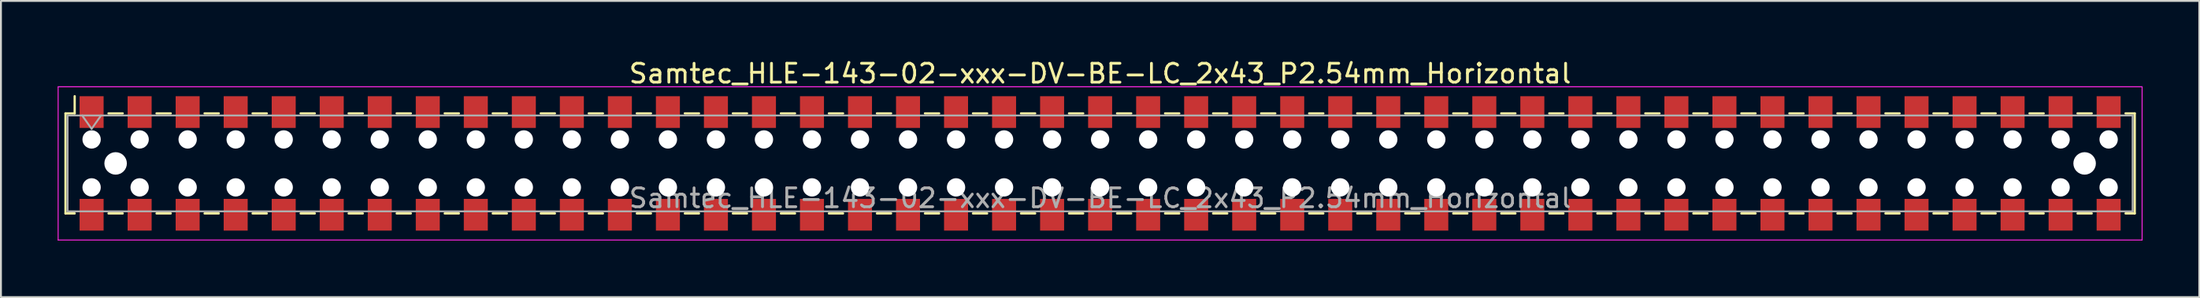
<source format=kicad_pcb>
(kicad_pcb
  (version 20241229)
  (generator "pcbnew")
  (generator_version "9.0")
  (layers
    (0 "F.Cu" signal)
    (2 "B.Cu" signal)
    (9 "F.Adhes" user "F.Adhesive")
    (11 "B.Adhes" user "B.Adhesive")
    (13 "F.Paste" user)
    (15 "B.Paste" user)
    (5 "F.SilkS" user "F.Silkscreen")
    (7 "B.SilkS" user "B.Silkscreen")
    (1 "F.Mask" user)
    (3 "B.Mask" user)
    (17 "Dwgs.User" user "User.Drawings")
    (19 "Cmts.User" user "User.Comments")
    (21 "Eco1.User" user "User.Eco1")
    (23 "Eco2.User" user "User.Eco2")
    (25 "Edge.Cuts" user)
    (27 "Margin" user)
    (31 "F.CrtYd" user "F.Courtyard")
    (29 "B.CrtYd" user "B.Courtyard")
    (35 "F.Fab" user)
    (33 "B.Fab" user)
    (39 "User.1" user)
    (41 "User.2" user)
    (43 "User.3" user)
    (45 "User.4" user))
  (footprint "Samtec_HLE-143-02-xxx-DV-BE-LC_2x43_P2.54mm_Horizontal"
    (layer "F.Cu")
    (at 55.135 5.608)
    (property "Reference" "Samtec_HLE-143-02-xxx-DV-BE-LC_2x43_P2.54mm_Horizontal" (at 0 -4.76 0) (layer "F.SilkS") (effects (font (size 1 1) (thickness 0.15))))
    (attr smd)
    (fp_line (start -54.72 -2.65) (end -54.72 2.65) (stroke (width 0.12) (type solid)) (layer "F.SilkS"))
    (fp_line (start -54.72 2.65) (end -54.235 2.65) (stroke (width 0.12) (type solid)) (layer "F.SilkS"))
    (fp_line (start -54.235 -3.56) (end -54.235 -2.65) (stroke (width 0.12) (type solid)) (layer "F.SilkS"))
    (fp_line (start -54.235 -2.65) (end -54.72 -2.65) (stroke (width 0.12) (type solid)) (layer "F.SilkS"))
    (fp_line (start -52.445 -2.65) (end -51.695 -2.65) (stroke (width 0.12) (type solid)) (layer "F.SilkS"))
    (fp_line (start -52.445 2.65) (end -51.695 2.65) (stroke (width 0.12) (type solid)) (layer "F.SilkS"))
    (fp_line (start -49.905 -2.65) (end -49.155 -2.65) (stroke (width 0.12) (type solid)) (layer "F.SilkS"))
    (fp_line (start -49.905 2.65) (end -49.155 2.65) (stroke (width 0.12) (type solid)) (layer "F.SilkS"))
    (fp_line (start -47.365 -2.65) (end -46.615 -2.65) (stroke (width 0.12) (type solid)) (layer "F.SilkS"))
    (fp_line (start -47.365 2.65) (end -46.615 2.65) (stroke (width 0.12) (type solid)) (layer "F.SilkS"))
    (fp_line (start -44.825 -2.65) (end -44.075 -2.65) (stroke (width 0.12) (type solid)) (layer "F.SilkS"))
    (fp_line (start -44.825 2.65) (end -44.075 2.65) (stroke (width 0.12) (type solid)) (layer "F.SilkS"))
    (fp_line (start -42.285 -2.65) (end -41.535 -2.65) (stroke (width 0.12) (type solid)) (layer "F.SilkS"))
    (fp_line (start -42.285 2.65) (end -41.535 2.65) (stroke (width 0.12) (type solid)) (layer "F.SilkS"))
    (fp_line (start -39.745 -2.65) (end -38.995 -2.65) (stroke (width 0.12) (type solid)) (layer "F.SilkS"))
    (fp_line (start -39.745 2.65) (end -38.995 2.65) (stroke (width 0.12) (type solid)) (layer "F.SilkS"))
    (fp_line (start -37.205 -2.65) (end -36.455 -2.65) (stroke (width 0.12) (type solid)) (layer "F.SilkS"))
    (fp_line (start -37.205 2.65) (end -36.455 2.65) (stroke (width 0.12) (type solid)) (layer "F.SilkS"))
    (fp_line (start -34.665 -2.65) (end -33.915 -2.65) (stroke (width 0.12) (type solid)) (layer "F.SilkS"))
    (fp_line (start -34.665 2.65) (end -33.915 2.65) (stroke (width 0.12) (type solid)) (layer "F.SilkS"))
    (fp_line (start -32.125 -2.65) (end -31.375 -2.65) (stroke (width 0.12) (type solid)) (layer "F.SilkS"))
    (fp_line (start -32.125 2.65) (end -31.375 2.65) (stroke (width 0.12) (type solid)) (layer "F.SilkS"))
    (fp_line (start -29.585 -2.65) (end -28.835 -2.65) (stroke (width 0.12) (type solid)) (layer "F.SilkS"))
    (fp_line (start -29.585 2.65) (end -28.835 2.65) (stroke (width 0.12) (type solid)) (layer "F.SilkS"))
    (fp_line (start -27.045 -2.65) (end -26.295 -2.65) (stroke (width 0.12) (type solid)) (layer "F.SilkS"))
    (fp_line (start -27.045 2.65) (end -26.295 2.65) (stroke (width 0.12) (type solid)) (layer "F.SilkS"))
    (fp_line (start -24.505 -2.65) (end -23.755 -2.65) (stroke (width 0.12) (type solid)) (layer "F.SilkS"))
    (fp_line (start -24.505 2.65) (end -23.755 2.65) (stroke (width 0.12) (type solid)) (layer "F.SilkS"))
    (fp_line (start -21.965 -2.65) (end -21.215 -2.65) (stroke (width 0.12) (type solid)) (layer "F.SilkS"))
    (fp_line (start -21.965 2.65) (end -21.215 2.65) (stroke (width 0.12) (type solid)) (layer "F.SilkS"))
    (fp_line (start -19.425 -2.65) (end -18.675 -2.65) (stroke (width 0.12) (type solid)) (layer "F.SilkS"))
    (fp_line (start -19.425 2.65) (end -18.675 2.65) (stroke (width 0.12) (type solid)) (layer "F.SilkS"))
    (fp_line (start -16.885 -2.65) (end -16.135 -2.65) (stroke (width 0.12) (type solid)) (layer "F.SilkS"))
    (fp_line (start -16.885 2.65) (end -16.135 2.65) (stroke (width 0.12) (type solid)) (layer "F.SilkS"))
    (fp_line (start -14.345 -2.65) (end -13.595 -2.65) (stroke (width 0.12) (type solid)) (layer "F.SilkS"))
    (fp_line (start -14.345 2.65) (end -13.595 2.65) (stroke (width 0.12) (type solid)) (layer "F.SilkS"))
    (fp_line (start -11.805 -2.65) (end -11.055 -2.65) (stroke (width 0.12) (type solid)) (layer "F.SilkS"))
    (fp_line (start -11.805 2.65) (end -11.055 2.65) (stroke (width 0.12) (type solid)) (layer "F.SilkS"))
    (fp_line (start -9.265 -2.65) (end -8.515 -2.65) (stroke (width 0.12) (type solid)) (layer "F.SilkS"))
    (fp_line (start -9.265 2.65) (end -8.515 2.65) (stroke (width 0.12) (type solid)) (layer "F.SilkS"))
    (fp_line (start -6.725 -2.65) (end -5.975 -2.65) (stroke (width 0.12) (type solid)) (layer "F.SilkS"))
    (fp_line (start -6.725 2.65) (end -5.975 2.65) (stroke (width 0.12) (type solid)) (layer "F.SilkS"))
    (fp_line (start -4.185 -2.65) (end -3.435 -2.65) (stroke (width 0.12) (type solid)) (layer "F.SilkS"))
    (fp_line (start -4.185 2.65) (end -3.435 2.65) (stroke (width 0.12) (type solid)) (layer "F.SilkS"))
    (fp_line (start -1.645 -2.65) (end -0.895 -2.65) (stroke (width 0.12) (type solid)) (layer "F.SilkS"))
    (fp_line (start -1.645 2.65) (end -0.895 2.65) (stroke (width 0.12) (type solid)) (layer "F.SilkS"))
    (fp_line (start 0.895 -2.65) (end 1.645 -2.65) (stroke (width 0.12) (type solid)) (layer "F.SilkS"))
    (fp_line (start 0.895 2.65) (end 1.645 2.65) (stroke (width 0.12) (type solid)) (layer "F.SilkS"))
    (fp_line (start 3.435 -2.65) (end 4.185 -2.65) (stroke (width 0.12) (type solid)) (layer "F.SilkS"))
    (fp_line (start 3.435 2.65) (end 4.185 2.65) (stroke (width 0.12) (type solid)) (layer "F.SilkS"))
    (fp_line (start 5.975 -2.65) (end 6.725 -2.65) (stroke (width 0.12) (type solid)) (layer "F.SilkS"))
    (fp_line (start 5.975 2.65) (end 6.725 2.65) (stroke (width 0.12) (type solid)) (layer "F.SilkS"))
    (fp_line (start 8.515 -2.65) (end 9.265 -2.65) (stroke (width 0.12) (type solid)) (layer "F.SilkS"))
    (fp_line (start 8.515 2.65) (end 9.265 2.65) (stroke (width 0.12) (type solid)) (layer "F.SilkS"))
    (fp_line (start 11.055 -2.65) (end 11.805 -2.65) (stroke (width 0.12) (type solid)) (layer "F.SilkS"))
    (fp_line (start 11.055 2.65) (end 11.805 2.65) (stroke (width 0.12) (type solid)) (layer "F.SilkS"))
    (fp_line (start 13.595 -2.65) (end 14.345 -2.65) (stroke (width 0.12) (type solid)) (layer "F.SilkS"))
    (fp_line (start 13.595 2.65) (end 14.345 2.65) (stroke (width 0.12) (type solid)) (layer "F.SilkS"))
    (fp_line (start 16.135 -2.65) (end 16.885 -2.65) (stroke (width 0.12) (type solid)) (layer "F.SilkS"))
    (fp_line (start 16.135 2.65) (end 16.885 2.65) (stroke (width 0.12) (type solid)) (layer "F.SilkS"))
    (fp_line (start 18.675 -2.65) (end 19.425 -2.65) (stroke (width 0.12) (type solid)) (layer "F.SilkS"))
    (fp_line (start 18.675 2.65) (end 19.425 2.65) (stroke (width 0.12) (type solid)) (layer "F.SilkS"))
    (fp_line (start 21.215 -2.65) (end 21.965 -2.65) (stroke (width 0.12) (type solid)) (layer "F.SilkS"))
    (fp_line (start 21.215 2.65) (end 21.965 2.65) (stroke (width 0.12) (type solid)) (layer "F.SilkS"))
    (fp_line (start 23.755 -2.65) (end 24.505 -2.65) (stroke (width 0.12) (type solid)) (layer "F.SilkS"))
    (fp_line (start 23.755 2.65) (end 24.505 2.65) (stroke (width 0.12) (type solid)) (layer "F.SilkS"))
    (fp_line (start 26.295 -2.65) (end 27.045 -2.65) (stroke (width 0.12) (type solid)) (layer "F.SilkS"))
    (fp_line (start 26.295 2.65) (end 27.045 2.65) (stroke (width 0.12) (type solid)) (layer "F.SilkS"))
    (fp_line (start 28.835 -2.65) (end 29.585 -2.65) (stroke (width 0.12) (type solid)) (layer "F.SilkS"))
    (fp_line (start 28.835 2.65) (end 29.585 2.65) (stroke (width 0.12) (type solid)) (layer "F.SilkS"))
    (fp_line (start 31.375 -2.65) (end 32.125 -2.65) (stroke (width 0.12) (type solid)) (layer "F.SilkS"))
    (fp_line (start 31.375 2.65) (end 32.125 2.65) (stroke (width 0.12) (type solid)) (layer "F.SilkS"))
    (fp_line (start 33.915 -2.65) (end 34.665 -2.65) (stroke (width 0.12) (type solid)) (layer "F.SilkS"))
    (fp_line (start 33.915 2.65) (end 34.665 2.65) (stroke (width 0.12) (type solid)) (layer "F.SilkS"))
    (fp_line (start 36.455 -2.65) (end 37.205 -2.65) (stroke (width 0.12) (type solid)) (layer "F.SilkS"))
    (fp_line (start 36.455 2.65) (end 37.205 2.65) (stroke (width 0.12) (type solid)) (layer "F.SilkS"))
    (fp_line (start 38.995 -2.65) (end 39.745 -2.65) (stroke (width 0.12) (type solid)) (layer "F.SilkS"))
    (fp_line (start 38.995 2.65) (end 39.745 2.65) (stroke (width 0.12) (type solid)) (layer "F.SilkS"))
    (fp_line (start 41.535 -2.65) (end 42.285 -2.65) (stroke (width 0.12) (type solid)) (layer "F.SilkS"))
    (fp_line (start 41.535 2.65) (end 42.285 2.65) (stroke (width 0.12) (type solid)) (layer "F.SilkS"))
    (fp_line (start 44.075 -2.65) (end 44.825 -2.65) (stroke (width 0.12) (type solid)) (layer "F.SilkS"))
    (fp_line (start 44.075 2.65) (end 44.825 2.65) (stroke (width 0.12) (type solid)) (layer "F.SilkS"))
    (fp_line (start 46.615 -2.65) (end 47.365 -2.65) (stroke (width 0.12) (type solid)) (layer "F.SilkS"))
    (fp_line (start 46.615 2.65) (end 47.365 2.65) (stroke (width 0.12) (type solid)) (layer "F.SilkS"))
    (fp_line (start 49.155 -2.65) (end 49.905 -2.65) (stroke (width 0.12) (type solid)) (layer "F.SilkS"))
    (fp_line (start 49.155 2.65) (end 49.905 2.65) (stroke (width 0.12) (type solid)) (layer "F.SilkS"))
    (fp_line (start 51.695 -2.65) (end 52.445 -2.65) (stroke (width 0.12) (type solid)) (layer "F.SilkS"))
    (fp_line (start 51.695 2.65) (end 52.445 2.65) (stroke (width 0.12) (type solid)) (layer "F.SilkS"))
    (fp_line (start 54.235 -2.65) (end 54.72 -2.65) (stroke (width 0.12) (type solid)) (layer "F.SilkS"))
    (fp_line (start 54.72 -2.65) (end 54.72 2.65) (stroke (width 0.12) (type solid)) (layer "F.SilkS"))
    (fp_line (start 54.72 2.65) (end 54.235 2.65) (stroke (width 0.12) (type solid)) (layer "F.SilkS"))
    (fp_line (start -55.11 -4.06) (end 55.11 -4.06) (stroke (width 0.05) (type solid)) (layer "F.CrtYd"))
    (fp_line (start -55.11 4.06) (end -55.11 -4.06) (stroke (width 0.05) (type solid)) (layer "F.CrtYd"))
    (fp_line (start 55.11 -4.06) (end 55.11 4.06) (stroke (width 0.05) (type solid)) (layer "F.CrtYd"))
    (fp_line (start 55.11 4.06) (end -55.11 4.06) (stroke (width 0.05) (type solid)) (layer "F.CrtYd"))
    (fp_line (start -54.61 -2.54) (end 54.61 -2.54) (stroke (width 0.1) (type solid)) (layer "F.Fab"))
    (fp_line (start -54.61 2.54) (end -54.61 -2.54) (stroke (width 0.1) (type solid)) (layer "F.Fab"))
    (fp_line (start -53.84 -2.54) (end -53.34 -1.833) (stroke (width 0.1) (type solid)) (layer "F.Fab"))
    (fp_line (start -53.34 -1.833) (end -52.84 -2.54) (stroke (width 0.1) (type solid)) (layer "F.Fab"))
    (fp_line (start 54.61 -2.54) (end 54.61 2.54) (stroke (width 0.1) (type solid)) (layer "F.Fab"))
    (fp_line (start 54.61 2.54) (end -54.61 2.54) (stroke (width 0.1) (type solid)) (layer "F.Fab"))
    (fp_text user "${REFERENCE}" (at 0 1.84 0) (layer "F.Fab") (effects (font (size 1 1) (thickness 0.15))))
    (pad "" np_thru_hole circle (at -53.34 -1.27) (size 0.97 0.97) (drill 0.97) (layers "*.Cu" "*.Mask"))
    (pad "" np_thru_hole circle (at -53.34 1.27) (size 0.97 0.97) (drill 0.97) (layers "*.Cu" "*.Mask"))
    (pad "" np_thru_hole circle (at -52.07 0) (size 1.19 1.19) (drill 1.19) (layers "*.Cu" "*.Mask"))
    (pad "" np_thru_hole circle (at -50.8 -1.27) (size 0.97 0.97) (drill 0.97) (layers "*.Cu" "*.Mask"))
    (pad "" np_thru_hole circle (at -50.8 1.27) (size 0.97 0.97) (drill 0.97) (layers "*.Cu" "*.Mask"))
    (pad "" np_thru_hole circle (at -48.26 -1.27) (size 0.97 0.97) (drill 0.97) (layers "*.Cu" "*.Mask"))
    (pad "" np_thru_hole circle (at -48.26 1.27) (size 0.97 0.97) (drill 0.97) (layers "*.Cu" "*.Mask"))
    (pad "" np_thru_hole circle (at -45.72 -1.27) (size 0.97 0.97) (drill 0.97) (layers "*.Cu" "*.Mask"))
    (pad "" np_thru_hole circle (at -45.72 1.27) (size 0.97 0.97) (drill 0.97) (layers "*.Cu" "*.Mask"))
    (pad "" np_thru_hole circle (at -43.18 -1.27) (size 0.97 0.97) (drill 0.97) (layers "*.Cu" "*.Mask"))
    (pad "" np_thru_hole circle (at -43.18 1.27) (size 0.97 0.97) (drill 0.97) (layers "*.Cu" "*.Mask"))
    (pad "" np_thru_hole circle (at -40.64 -1.27) (size 0.97 0.97) (drill 0.97) (layers "*.Cu" "*.Mask"))
    (pad "" np_thru_hole circle (at -40.64 1.27) (size 0.97 0.97) (drill 0.97) (layers "*.Cu" "*.Mask"))
    (pad "" np_thru_hole circle (at -38.1 -1.27) (size 0.97 0.97) (drill 0.97) (layers "*.Cu" "*.Mask"))
    (pad "" np_thru_hole circle (at -38.1 1.27) (size 0.97 0.97) (drill 0.97) (layers "*.Cu" "*.Mask"))
    (pad "" np_thru_hole circle (at -35.56 -1.27) (size 0.97 0.97) (drill 0.97) (layers "*.Cu" "*.Mask"))
    (pad "" np_thru_hole circle (at -35.56 1.27) (size 0.97 0.97) (drill 0.97) (layers "*.Cu" "*.Mask"))
    (pad "" np_thru_hole circle (at -33.02 -1.27) (size 0.97 0.97) (drill 0.97) (layers "*.Cu" "*.Mask"))
    (pad "" np_thru_hole circle (at -33.02 1.27) (size 0.97 0.97) (drill 0.97) (layers "*.Cu" "*.Mask"))
    (pad "" np_thru_hole circle (at -30.48 -1.27) (size 0.97 0.97) (drill 0.97) (layers "*.Cu" "*.Mask"))
    (pad "" np_thru_hole circle (at -30.48 1.27) (size 0.97 0.97) (drill 0.97) (layers "*.Cu" "*.Mask"))
    (pad "" np_thru_hole circle (at -27.94 -1.27) (size 0.97 0.97) (drill 0.97) (layers "*.Cu" "*.Mask"))
    (pad "" np_thru_hole circle (at -27.94 1.27) (size 0.97 0.97) (drill 0.97) (layers "*.Cu" "*.Mask"))
    (pad "" np_thru_hole circle (at -25.4 -1.27) (size 0.97 0.97) (drill 0.97) (layers "*.Cu" "*.Mask"))
    (pad "" np_thru_hole circle (at -25.4 1.27) (size 0.97 0.97) (drill 0.97) (layers "*.Cu" "*.Mask"))
    (pad "" np_thru_hole circle (at -22.86 -1.27) (size 0.97 0.97) (drill 0.97) (layers "*.Cu" "*.Mask"))
    (pad "" np_thru_hole circle (at -22.86 1.27) (size 0.97 0.97) (drill 0.97) (layers "*.Cu" "*.Mask"))
    (pad "" np_thru_hole circle (at -20.32 -1.27) (size 0.97 0.97) (drill 0.97) (layers "*.Cu" "*.Mask"))
    (pad "" np_thru_hole circle (at -20.32 1.27) (size 0.97 0.97) (drill 0.97) (layers "*.Cu" "*.Mask"))
    (pad "" np_thru_hole circle (at -17.78 -1.27) (size 0.97 0.97) (drill 0.97) (layers "*.Cu" "*.Mask"))
    (pad "" np_thru_hole circle (at -17.78 1.27) (size 0.97 0.97) (drill 0.97) (layers "*.Cu" "*.Mask"))
    (pad "" np_thru_hole circle (at -15.24 -1.27) (size 0.97 0.97) (drill 0.97) (layers "*.Cu" "*.Mask"))
    (pad "" np_thru_hole circle (at -15.24 1.27) (size 0.97 0.97) (drill 0.97) (layers "*.Cu" "*.Mask"))
    (pad "" np_thru_hole circle (at -12.7 -1.27) (size 0.97 0.97) (drill 0.97) (layers "*.Cu" "*.Mask"))
    (pad "" np_thru_hole circle (at -12.7 1.27) (size 0.97 0.97) (drill 0.97) (layers "*.Cu" "*.Mask"))
    (pad "" np_thru_hole circle (at -10.16 -1.27) (size 0.97 0.97) (drill 0.97) (layers "*.Cu" "*.Mask"))
    (pad "" np_thru_hole circle (at -10.16 1.27) (size 0.97 0.97) (drill 0.97) (layers "*.Cu" "*.Mask"))
    (pad "" np_thru_hole circle (at -7.62 -1.27) (size 0.97 0.97) (drill 0.97) (layers "*.Cu" "*.Mask"))
    (pad "" np_thru_hole circle (at -7.62 1.27) (size 0.97 0.97) (drill 0.97) (layers "*.Cu" "*.Mask"))
    (pad "" np_thru_hole circle (at -5.08 -1.27) (size 0.97 0.97) (drill 0.97) (layers "*.Cu" "*.Mask"))
    (pad "" np_thru_hole circle (at -5.08 1.27) (size 0.97 0.97) (drill 0.97) (layers "*.Cu" "*.Mask"))
    (pad "" np_thru_hole circle (at -2.54 -1.27) (size 0.97 0.97) (drill 0.97) (layers "*.Cu" "*.Mask"))
    (pad "" np_thru_hole circle (at -2.54 1.27) (size 0.97 0.97) (drill 0.97) (layers "*.Cu" "*.Mask"))
    (pad "" np_thru_hole circle (at 0 -1.27) (size 0.97 0.97) (drill 0.97) (layers "*.Cu" "*.Mask"))
    (pad "" np_thru_hole circle (at 0 1.27) (size 0.97 0.97) (drill 0.97) (layers "*.Cu" "*.Mask"))
    (pad "" np_thru_hole circle (at 2.54 -1.27) (size 0.97 0.97) (drill 0.97) (layers "*.Cu" "*.Mask"))
    (pad "" np_thru_hole circle (at 2.54 1.27) (size 0.97 0.97) (drill 0.97) (layers "*.Cu" "*.Mask"))
    (pad "" np_thru_hole circle (at 5.08 -1.27) (size 0.97 0.97) (drill 0.97) (layers "*.Cu" "*.Mask"))
    (pad "" np_thru_hole circle (at 5.08 1.27) (size 0.97 0.97) (drill 0.97) (layers "*.Cu" "*.Mask"))
    (pad "" np_thru_hole circle (at 7.62 -1.27) (size 0.97 0.97) (drill 0.97) (layers "*.Cu" "*.Mask"))
    (pad "" np_thru_hole circle (at 7.62 1.27) (size 0.97 0.97) (drill 0.97) (layers "*.Cu" "*.Mask"))
    (pad "" np_thru_hole circle (at 10.16 -1.27) (size 0.97 0.97) (drill 0.97) (layers "*.Cu" "*.Mask"))
    (pad "" np_thru_hole circle (at 10.16 1.27) (size 0.97 0.97) (drill 0.97) (layers "*.Cu" "*.Mask"))
    (pad "" np_thru_hole circle (at 12.7 -1.27) (size 0.97 0.97) (drill 0.97) (layers "*.Cu" "*.Mask"))
    (pad "" np_thru_hole circle (at 12.7 1.27) (size 0.97 0.97) (drill 0.97) (layers "*.Cu" "*.Mask"))
    (pad "" np_thru_hole circle (at 15.24 -1.27) (size 0.97 0.97) (drill 0.97) (layers "*.Cu" "*.Mask"))
    (pad "" np_thru_hole circle (at 15.24 1.27) (size 0.97 0.97) (drill 0.97) (layers "*.Cu" "*.Mask"))
    (pad "" np_thru_hole circle (at 17.78 -1.27) (size 0.97 0.97) (drill 0.97) (layers "*.Cu" "*.Mask"))
    (pad "" np_thru_hole circle (at 17.78 1.27) (size 0.97 0.97) (drill 0.97) (layers "*.Cu" "*.Mask"))
    (pad "" np_thru_hole circle (at 20.32 -1.27) (size 0.97 0.97) (drill 0.97) (layers "*.Cu" "*.Mask"))
    (pad "" np_thru_hole circle (at 20.32 1.27) (size 0.97 0.97) (drill 0.97) (layers "*.Cu" "*.Mask"))
    (pad "" np_thru_hole circle (at 22.86 -1.27) (size 0.97 0.97) (drill 0.97) (layers "*.Cu" "*.Mask"))
    (pad "" np_thru_hole circle (at 22.86 1.27) (size 0.97 0.97) (drill 0.97) (layers "*.Cu" "*.Mask"))
    (pad "" np_thru_hole circle (at 25.4 -1.27) (size 0.97 0.97) (drill 0.97) (layers "*.Cu" "*.Mask"))
    (pad "" np_thru_hole circle (at 25.4 1.27) (size 0.97 0.97) (drill 0.97) (layers "*.Cu" "*.Mask"))
    (pad "" np_thru_hole circle (at 27.94 -1.27) (size 0.97 0.97) (drill 0.97) (layers "*.Cu" "*.Mask"))
    (pad "" np_thru_hole circle (at 27.94 1.27) (size 0.97 0.97) (drill 0.97) (layers "*.Cu" "*.Mask"))
    (pad "" np_thru_hole circle (at 30.48 -1.27) (size 0.97 0.97) (drill 0.97) (layers "*.Cu" "*.Mask"))
    (pad "" np_thru_hole circle (at 30.48 1.27) (size 0.97 0.97) (drill 0.97) (layers "*.Cu" "*.Mask"))
    (pad "" np_thru_hole circle (at 33.02 -1.27) (size 0.97 0.97) (drill 0.97) (layers "*.Cu" "*.Mask"))
    (pad "" np_thru_hole circle (at 33.02 1.27) (size 0.97 0.97) (drill 0.97) (layers "*.Cu" "*.Mask"))
    (pad "" np_thru_hole circle (at 35.56 -1.27) (size 0.97 0.97) (drill 0.97) (layers "*.Cu" "*.Mask"))
    (pad "" np_thru_hole circle (at 35.56 1.27) (size 0.97 0.97) (drill 0.97) (layers "*.Cu" "*.Mask"))
    (pad "" np_thru_hole circle (at 38.1 -1.27) (size 0.97 0.97) (drill 0.97) (layers "*.Cu" "*.Mask"))
    (pad "" np_thru_hole circle (at 38.1 1.27) (size 0.97 0.97) (drill 0.97) (layers "*.Cu" "*.Mask"))
    (pad "" np_thru_hole circle (at 40.64 -1.27) (size 0.97 0.97) (drill 0.97) (layers "*.Cu" "*.Mask"))
    (pad "" np_thru_hole circle (at 40.64 1.27) (size 0.97 0.97) (drill 0.97) (layers "*.Cu" "*.Mask"))
    (pad "" np_thru_hole circle (at 43.18 -1.27) (size 0.97 0.97) (drill 0.97) (layers "*.Cu" "*.Mask"))
    (pad "" np_thru_hole circle (at 43.18 1.27) (size 0.97 0.97) (drill 0.97) (layers "*.Cu" "*.Mask"))
    (pad "" np_thru_hole circle (at 45.72 -1.27) (size 0.97 0.97) (drill 0.97) (layers "*.Cu" "*.Mask"))
    (pad "" np_thru_hole circle (at 45.72 1.27) (size 0.97 0.97) (drill 0.97) (layers "*.Cu" "*.Mask"))
    (pad "" np_thru_hole circle (at 48.26 -1.27) (size 0.97 0.97) (drill 0.97) (layers "*.Cu" "*.Mask"))
    (pad "" np_thru_hole circle (at 48.26 1.27) (size 0.97 0.97) (drill 0.97) (layers "*.Cu" "*.Mask"))
    (pad "" np_thru_hole circle (at 50.8 -1.27) (size 0.97 0.97) (drill 0.97) (layers "*.Cu" "*.Mask"))
    (pad "" np_thru_hole circle (at 50.8 1.27) (size 0.97 0.97) (drill 0.97) (layers "*.Cu" "*.Mask"))
    (pad "" np_thru_hole circle (at 52.07 0) (size 1.19 1.19) (drill 1.19) (layers "*.Cu" "*.Mask"))
    (pad "" np_thru_hole circle (at 53.34 -1.27) (size 0.97 0.97) (drill 0.97) (layers "*.Cu" "*.Mask"))
    (pad "" np_thru_hole circle (at 53.34 1.27) (size 0.97 0.97) (drill 0.97) (layers "*.Cu" "*.Mask"))
    (pad "1" smd rect (at -53.34 -2.72) (size 1.27 1.68) (layers "F.Cu" "F.Mask" "F.Paste"))
    (pad "2" smd rect (at -53.34 2.72) (size 1.27 1.68) (layers "F.Cu" "F.Mask" "F.Paste"))
    (pad "3" smd rect (at -50.8 -2.72) (size 1.27 1.68) (layers "F.Cu" "F.Mask" "F.Paste"))
    (pad "4" smd rect (at -50.8 2.72) (size 1.27 1.68) (layers "F.Cu" "F.Mask" "F.Paste"))
    (pad "5" smd rect (at -48.26 -2.72) (size 1.27 1.68) (layers "F.Cu" "F.Mask" "F.Paste"))
    (pad "6" smd rect (at -48.26 2.72) (size 1.27 1.68) (layers "F.Cu" "F.Mask" "F.Paste"))
    (pad "7" smd rect (at -45.72 -2.72) (size 1.27 1.68) (layers "F.Cu" "F.Mask" "F.Paste"))
    (pad "8" smd rect (at -45.72 2.72) (size 1.27 1.68) (layers "F.Cu" "F.Mask" "F.Paste"))
    (pad "9" smd rect (at -43.18 -2.72) (size 1.27 1.68) (layers "F.Cu" "F.Mask" "F.Paste"))
    (pad "10" smd rect (at -43.18 2.72) (size 1.27 1.68) (layers "F.Cu" "F.Mask" "F.Paste"))
    (pad "11" smd rect (at -40.64 -2.72) (size 1.27 1.68) (layers "F.Cu" "F.Mask" "F.Paste"))
    (pad "12" smd rect (at -40.64 2.72) (size 1.27 1.68) (layers "F.Cu" "F.Mask" "F.Paste"))
    (pad "13" smd rect (at -38.1 -2.72) (size 1.27 1.68) (layers "F.Cu" "F.Mask" "F.Paste"))
    (pad "14" smd rect (at -38.1 2.72) (size 1.27 1.68) (layers "F.Cu" "F.Mask" "F.Paste"))
    (pad "15" smd rect (at -35.56 -2.72) (size 1.27 1.68) (layers "F.Cu" "F.Mask" "F.Paste"))
    (pad "16" smd rect (at -35.56 2.72) (size 1.27 1.68) (layers "F.Cu" "F.Mask" "F.Paste"))
    (pad "17" smd rect (at -33.02 -2.72) (size 1.27 1.68) (layers "F.Cu" "F.Mask" "F.Paste"))
    (pad "18" smd rect (at -33.02 2.72) (size 1.27 1.68) (layers "F.Cu" "F.Mask" "F.Paste"))
    (pad "19" smd rect (at -30.48 -2.72) (size 1.27 1.68) (layers "F.Cu" "F.Mask" "F.Paste"))
    (pad "20" smd rect (at -30.48 2.72) (size 1.27 1.68) (layers "F.Cu" "F.Mask" "F.Paste"))
    (pad "21" smd rect (at -27.94 -2.72) (size 1.27 1.68) (layers "F.Cu" "F.Mask" "F.Paste"))
    (pad "22" smd rect (at -27.94 2.72) (size 1.27 1.68) (layers "F.Cu" "F.Mask" "F.Paste"))
    (pad "23" smd rect (at -25.4 -2.72) (size 1.27 1.68) (layers "F.Cu" "F.Mask" "F.Paste"))
    (pad "24" smd rect (at -25.4 2.72) (size 1.27 1.68) (layers "F.Cu" "F.Mask" "F.Paste"))
    (pad "25" smd rect (at -22.86 -2.72) (size 1.27 1.68) (layers "F.Cu" "F.Mask" "F.Paste"))
    (pad "26" smd rect (at -22.86 2.72) (size 1.27 1.68) (layers "F.Cu" "F.Mask" "F.Paste"))
    (pad "27" smd rect (at -20.32 -2.72) (size 1.27 1.68) (layers "F.Cu" "F.Mask" "F.Paste"))
    (pad "28" smd rect (at -20.32 2.72) (size 1.27 1.68) (layers "F.Cu" "F.Mask" "F.Paste"))
    (pad "29" smd rect (at -17.78 -2.72) (size 1.27 1.68) (layers "F.Cu" "F.Mask" "F.Paste"))
    (pad "30" smd rect (at -17.78 2.72) (size 1.27 1.68) (layers "F.Cu" "F.Mask" "F.Paste"))
    (pad "31" smd rect (at -15.24 -2.72) (size 1.27 1.68) (layers "F.Cu" "F.Mask" "F.Paste"))
    (pad "32" smd rect (at -15.24 2.72) (size 1.27 1.68) (layers "F.Cu" "F.Mask" "F.Paste"))
    (pad "33" smd rect (at -12.7 -2.72) (size 1.27 1.68) (layers "F.Cu" "F.Mask" "F.Paste"))
    (pad "34" smd rect (at -12.7 2.72) (size 1.27 1.68) (layers "F.Cu" "F.Mask" "F.Paste"))
    (pad "35" smd rect (at -10.16 -2.72) (size 1.27 1.68) (layers "F.Cu" "F.Mask" "F.Paste"))
    (pad "36" smd rect (at -10.16 2.72) (size 1.27 1.68) (layers "F.Cu" "F.Mask" "F.Paste"))
    (pad "37" smd rect (at -7.62 -2.72) (size 1.27 1.68) (layers "F.Cu" "F.Mask" "F.Paste"))
    (pad "38" smd rect (at -7.62 2.72) (size 1.27 1.68) (layers "F.Cu" "F.Mask" "F.Paste"))
    (pad "39" smd rect (at -5.08 -2.72) (size 1.27 1.68) (layers "F.Cu" "F.Mask" "F.Paste"))
    (pad "40" smd rect (at -5.08 2.72) (size 1.27 1.68) (layers "F.Cu" "F.Mask" "F.Paste"))
    (pad "41" smd rect (at -2.54 -2.72) (size 1.27 1.68) (layers "F.Cu" "F.Mask" "F.Paste"))
    (pad "42" smd rect (at -2.54 2.72) (size 1.27 1.68) (layers "F.Cu" "F.Mask" "F.Paste"))
    (pad "43" smd rect (at 0 -2.72) (size 1.27 1.68) (layers "F.Cu" "F.Mask" "F.Paste"))
    (pad "44" smd rect (at 0 2.72) (size 1.27 1.68) (layers "F.Cu" "F.Mask" "F.Paste"))
    (pad "45" smd rect (at 2.54 -2.72) (size 1.27 1.68) (layers "F.Cu" "F.Mask" "F.Paste"))
    (pad "46" smd rect (at 2.54 2.72) (size 1.27 1.68) (layers "F.Cu" "F.Mask" "F.Paste"))
    (pad "47" smd rect (at 5.08 -2.72) (size 1.27 1.68) (layers "F.Cu" "F.Mask" "F.Paste"))
    (pad "48" smd rect (at 5.08 2.72) (size 1.27 1.68) (layers "F.Cu" "F.Mask" "F.Paste"))
    (pad "49" smd rect (at 7.62 -2.72) (size 1.27 1.68) (layers "F.Cu" "F.Mask" "F.Paste"))
    (pad "50" smd rect (at 7.62 2.72) (size 1.27 1.68) (layers "F.Cu" "F.Mask" "F.Paste"))
    (pad "51" smd rect (at 10.16 -2.72) (size 1.27 1.68) (layers "F.Cu" "F.Mask" "F.Paste"))
    (pad "52" smd rect (at 10.16 2.72) (size 1.27 1.68) (layers "F.Cu" "F.Mask" "F.Paste"))
    (pad "53" smd rect (at 12.7 -2.72) (size 1.27 1.68) (layers "F.Cu" "F.Mask" "F.Paste"))
    (pad "54" smd rect (at 12.7 2.72) (size 1.27 1.68) (layers "F.Cu" "F.Mask" "F.Paste"))
    (pad "55" smd rect (at 15.24 -2.72) (size 1.27 1.68) (layers "F.Cu" "F.Mask" "F.Paste"))
    (pad "56" smd rect (at 15.24 2.72) (size 1.27 1.68) (layers "F.Cu" "F.Mask" "F.Paste"))
    (pad "57" smd rect (at 17.78 -2.72) (size 1.27 1.68) (layers "F.Cu" "F.Mask" "F.Paste"))
    (pad "58" smd rect (at 17.78 2.72) (size 1.27 1.68) (layers "F.Cu" "F.Mask" "F.Paste"))
    (pad "59" smd rect (at 20.32 -2.72) (size 1.27 1.68) (layers "F.Cu" "F.Mask" "F.Paste"))
    (pad "60" smd rect (at 20.32 2.72) (size 1.27 1.68) (layers "F.Cu" "F.Mask" "F.Paste"))
    (pad "61" smd rect (at 22.86 -2.72) (size 1.27 1.68) (layers "F.Cu" "F.Mask" "F.Paste"))
    (pad "62" smd rect (at 22.86 2.72) (size 1.27 1.68) (layers "F.Cu" "F.Mask" "F.Paste"))
    (pad "63" smd rect (at 25.4 -2.72) (size 1.27 1.68) (layers "F.Cu" "F.Mask" "F.Paste"))
    (pad "64" smd rect (at 25.4 2.72) (size 1.27 1.68) (layers "F.Cu" "F.Mask" "F.Paste"))
    (pad "65" smd rect (at 27.94 -2.72) (size 1.27 1.68) (layers "F.Cu" "F.Mask" "F.Paste"))
    (pad "66" smd rect (at 27.94 2.72) (size 1.27 1.68) (layers "F.Cu" "F.Mask" "F.Paste"))
    (pad "67" smd rect (at 30.48 -2.72) (size 1.27 1.68) (layers "F.Cu" "F.Mask" "F.Paste"))
    (pad "68" smd rect (at 30.48 2.72) (size 1.27 1.68) (layers "F.Cu" "F.Mask" "F.Paste"))
    (pad "69" smd rect (at 33.02 -2.72) (size 1.27 1.68) (layers "F.Cu" "F.Mask" "F.Paste"))
    (pad "70" smd rect (at 33.02 2.72) (size 1.27 1.68) (layers "F.Cu" "F.Mask" "F.Paste"))
    (pad "71" smd rect (at 35.56 -2.72) (size 1.27 1.68) (layers "F.Cu" "F.Mask" "F.Paste"))
    (pad "72" smd rect (at 35.56 2.72) (size 1.27 1.68) (layers "F.Cu" "F.Mask" "F.Paste"))
    (pad "73" smd rect (at 38.1 -2.72) (size 1.27 1.68) (layers "F.Cu" "F.Mask" "F.Paste"))
    (pad "74" smd rect (at 38.1 2.72) (size 1.27 1.68) (layers "F.Cu" "F.Mask" "F.Paste"))
    (pad "75" smd rect (at 40.64 -2.72) (size 1.27 1.68) (layers "F.Cu" "F.Mask" "F.Paste"))
    (pad "76" smd rect (at 40.64 2.72) (size 1.27 1.68) (layers "F.Cu" "F.Mask" "F.Paste"))
    (pad "77" smd rect (at 43.18 -2.72) (size 1.27 1.68) (layers "F.Cu" "F.Mask" "F.Paste"))
    (pad "78" smd rect (at 43.18 2.72) (size 1.27 1.68) (layers "F.Cu" "F.Mask" "F.Paste"))
    (pad "79" smd rect (at 45.72 -2.72) (size 1.27 1.68) (layers "F.Cu" "F.Mask" "F.Paste"))
    (pad "80" smd rect (at 45.72 2.72) (size 1.27 1.68) (layers "F.Cu" "F.Mask" "F.Paste"))
    (pad "81" smd rect (at 48.26 -2.72) (size 1.27 1.68) (layers "F.Cu" "F.Mask" "F.Paste"))
    (pad "82" smd rect (at 48.26 2.72) (size 1.27 1.68) (layers "F.Cu" "F.Mask" "F.Paste"))
    (pad "83" smd rect (at 50.8 -2.72) (size 1.27 1.68) (layers "F.Cu" "F.Mask" "F.Paste"))
    (pad "84" smd rect (at 50.8 2.72) (size 1.27 1.68) (layers "F.Cu" "F.Mask" "F.Paste"))
    (pad "85" smd rect (at 53.34 -2.72) (size 1.27 1.68) (layers "F.Cu" "F.Mask" "F.Paste"))
    (pad "86" smd rect (at 53.34 2.72) (size 1.27 1.68) (layers "F.Cu" "F.Mask" "F.Paste")))
  (gr_rect
    (start -3 -3)
    (end 113.27 12.693)
    (stroke (width 0.1) (type default))
    (fill no)
    (layer "Edge.Cuts")))
</source>
